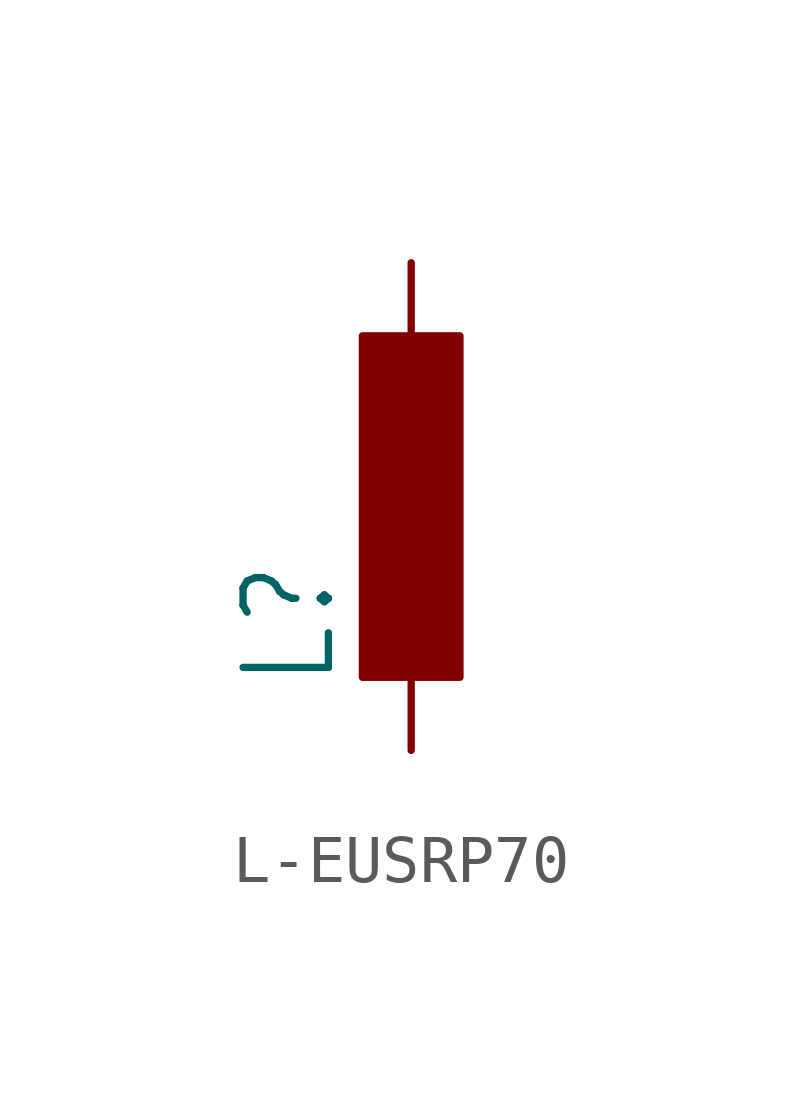
<source format=kicad_sym>
(kicad_symbol_lib
  (version 20241209)
  (generator "kicad_symbol_editor")
  (generator_version "9.0")
  (symbol "L-EUSRP70"
    (property "Reference" "L"
      (at -1.499 -3.81 90)
      (effects (font (size 1.778 1.511)) (justify left bottom)))
    (property "Value" ""
      (at 3.302 -3.81 90)
      (effects (font (size 1.778 1.511)) (justify left bottom)))
    (property "ki_locked" ""
      (at 0 0 0)
      (effects (font (size 1.27 1.27))))
    (symbol "L-EUSRP70_1_0"
      (rectangle (start -1.016 -3.556) (end 1.016 3.556) (stroke (width 0) (type default)) (fill (type outline)))
      (pin passive line (at 0 5.08 270) (length 2.54) (name "1" (effects (font (size 0 0)))) (number "P$1" (effects (font (size 0 0)))))
      (pin passive line (at 0 -5.08 90) (length 2.54) (name "2" (effects (font (size 0 0)))) (number "P$2" (effects (font (size 0 0))))))))
</source>
